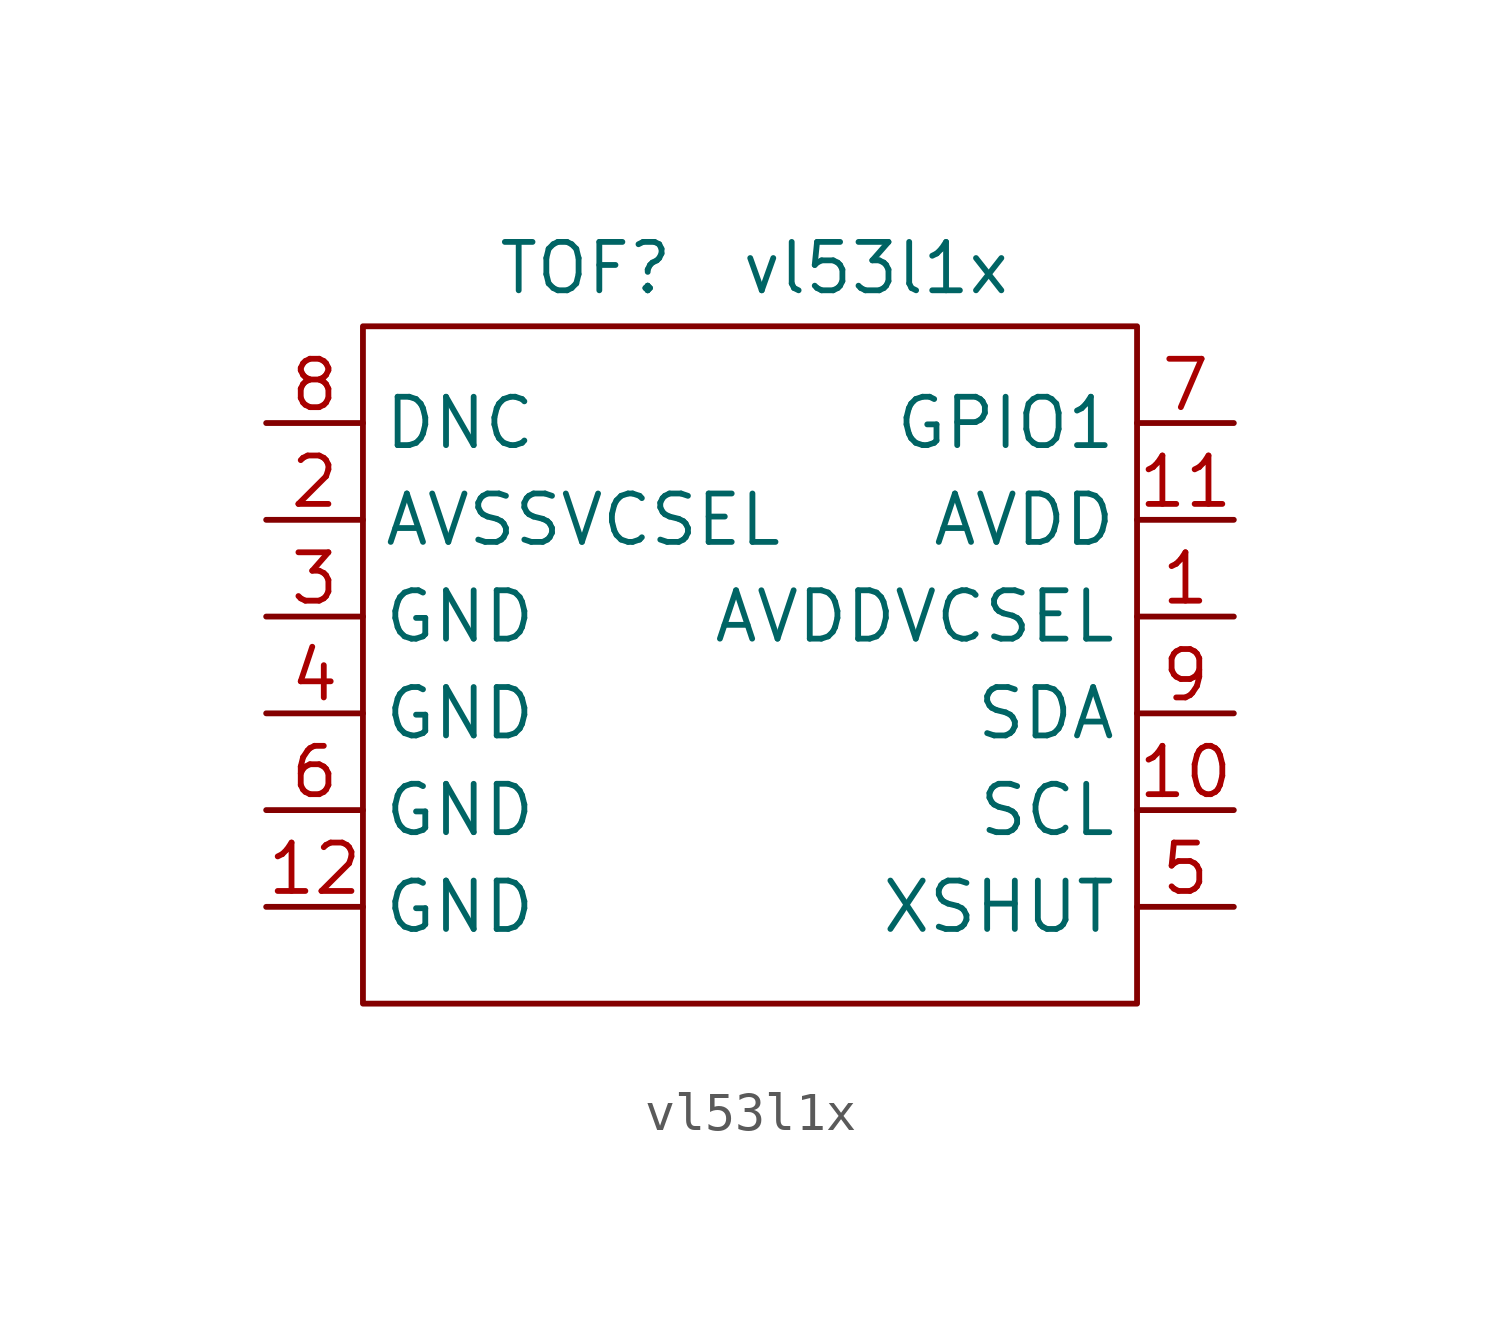
<source format=kicad_sym>
(kicad_symbol_lib
  (version 20231120)
  (generator "kicad_symbol_editor")
  (generator_version "8.0")
  (symbol "vl53l1x"
    (property "Reference" "TOF"
      (at -4.318 1.524 0)
      (effects (font (size 1.27 1.27))))
    (property "Value" "vl53l1x"
      (at 3.302 1.524 0)
      (effects (font (size 1.27 1.27))))
    (symbol "vl53l1x_0_1"
      (rectangle (start -10.16 0) (end 10.16 -17.78) (stroke (width 0) (type default)) (fill (type none))))
    (symbol "vl53l1x_1_1"
      (pin power_in line (at 12.7 -7.62 180) (length 2.54) (name "AVDDVCSEL" (effects (font (size 1.27 1.27)))) (number "1" (effects (font (size 1.27 1.27)))))
      (pin input line (at 12.7 -12.7 180) (length 2.54) (name "SCL" (effects (font (size 1.27 1.27)))) (number "10" (effects (font (size 1.27 1.27)))))
      (pin power_in line (at 12.7 -5.08 180) (length 2.54) (name "AVDD" (effects (font (size 1.27 1.27)))) (number "11" (effects (font (size 1.27 1.27)))))
      (pin bidirectional line (at -12.7 -15.24 0) (length 2.54) (name "GND" (effects (font (size 1.27 1.27)))) (number "12" (effects (font (size 1.27 1.27)))))
      (pin bidirectional line (at -12.7 -5.08 0) (length 2.54) (name "AVSSVCSEL" (effects (font (size 1.27 1.27)))) (number "2" (effects (font (size 1.27 1.27)))))
      (pin bidirectional line (at -12.7 -7.62 0) (length 2.54) (name "GND" (effects (font (size 1.27 1.27)))) (number "3" (effects (font (size 1.27 1.27)))))
      (pin bidirectional line (at -12.7 -10.16 0) (length 2.54) (name "GND" (effects (font (size 1.27 1.27)))) (number "4" (effects (font (size 1.27 1.27)))))
      (pin input line (at 12.7 -15.24 180) (length 2.54) (name "XSHUT" (effects (font (size 1.27 1.27)))) (number "5" (effects (font (size 1.27 1.27)))))
      (pin bidirectional line (at -12.7 -12.7 0) (length 2.54) (name "GND" (effects (font (size 1.27 1.27)))) (number "6" (effects (font (size 1.27 1.27)))))
      (pin output line (at 12.7 -2.54 180) (length 2.54) (name "GPIO1" (effects (font (size 1.27 1.27)))) (number "7" (effects (font (size 1.27 1.27)))))
      (pin input line (at -12.7 -2.54 0) (length 2.54) (name "DNC" (effects (font (size 1.27 1.27)))) (number "8" (effects (font (size 1.27 1.27)))))
      (pin bidirectional line (at 12.7 -10.16 180) (length 2.54) (name "SDA" (effects (font (size 1.27 1.27)))) (number "9" (effects (font (size 1.27 1.27))))))))
</source>
